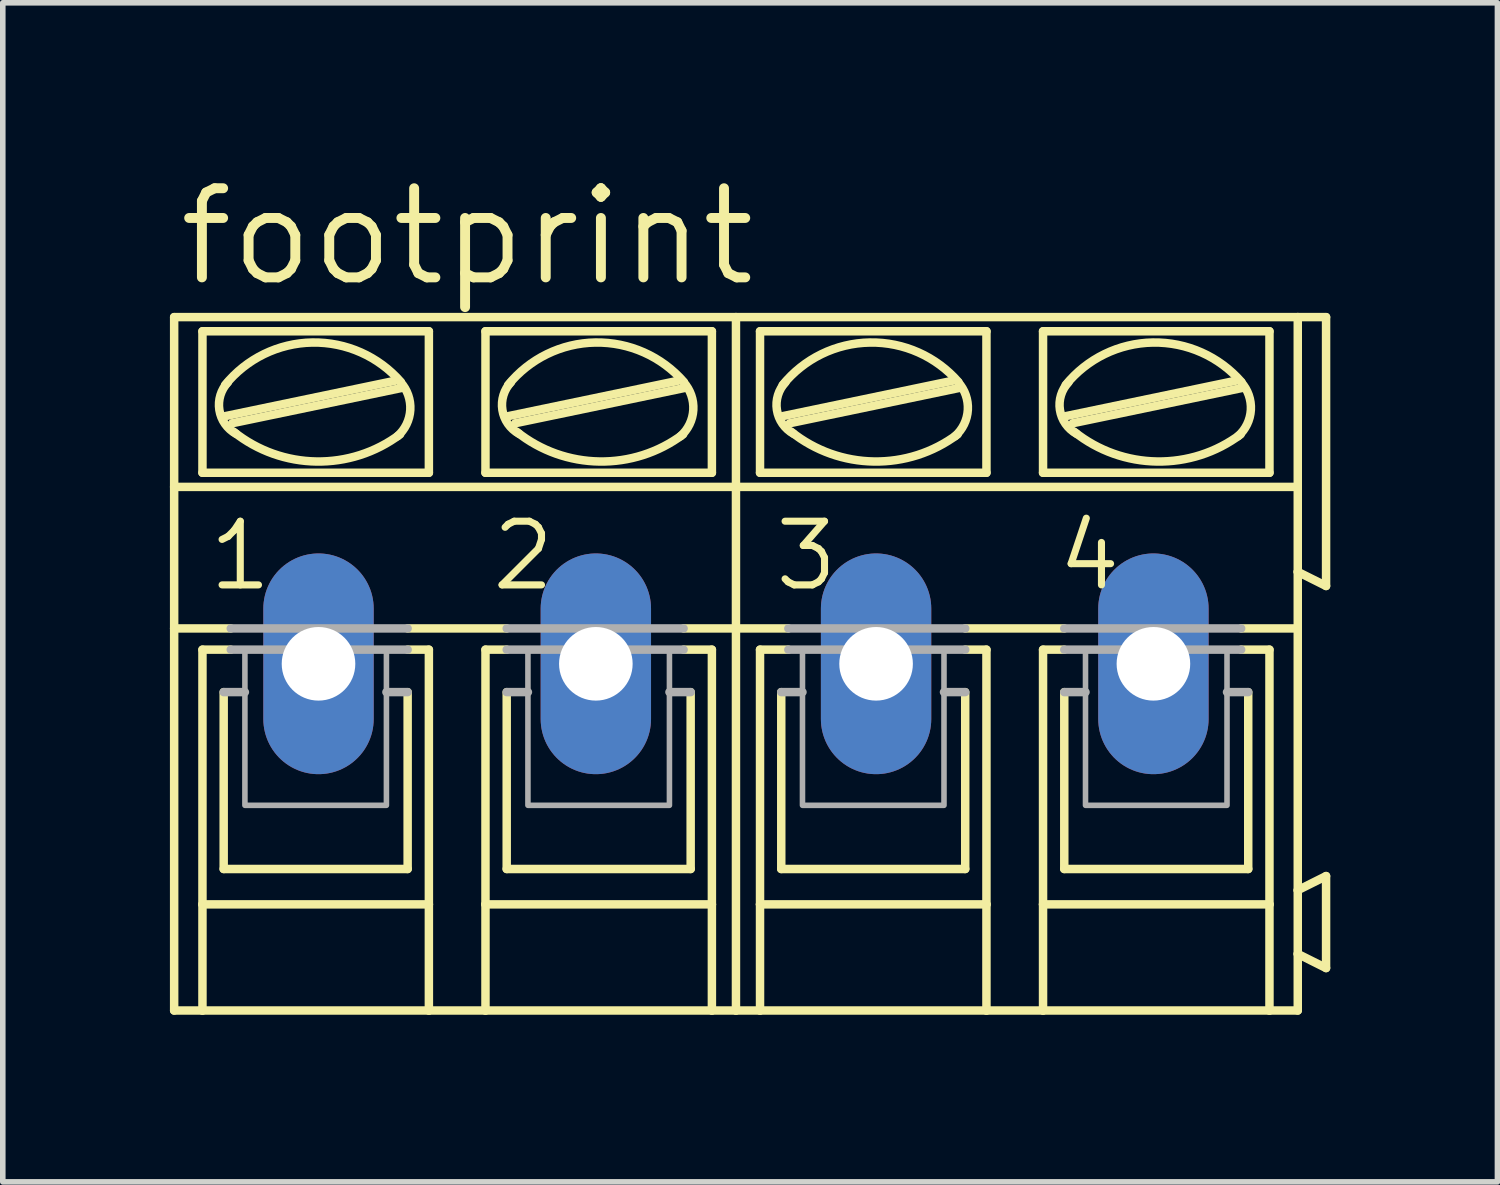
<source format=kicad_pcb>
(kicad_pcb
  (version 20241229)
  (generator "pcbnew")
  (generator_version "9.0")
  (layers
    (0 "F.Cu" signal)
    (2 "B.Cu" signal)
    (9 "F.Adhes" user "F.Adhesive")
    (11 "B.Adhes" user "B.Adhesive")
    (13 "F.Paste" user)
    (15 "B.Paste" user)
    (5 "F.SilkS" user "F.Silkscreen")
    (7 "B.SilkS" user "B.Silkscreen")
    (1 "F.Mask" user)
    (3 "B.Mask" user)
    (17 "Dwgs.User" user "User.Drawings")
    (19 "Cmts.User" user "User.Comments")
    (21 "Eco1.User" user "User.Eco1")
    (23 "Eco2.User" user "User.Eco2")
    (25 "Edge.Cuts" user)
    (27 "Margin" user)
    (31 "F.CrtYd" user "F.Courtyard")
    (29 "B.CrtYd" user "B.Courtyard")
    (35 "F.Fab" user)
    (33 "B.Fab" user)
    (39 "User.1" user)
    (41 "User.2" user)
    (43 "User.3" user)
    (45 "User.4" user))
  (footprint "footprint"
    (layer "F.Cu")
    (at 10.16 8.865)
    (property "Reference" "footprint" (at -10.084 -6.731 0) (layer "F.SilkS") (effects (font (size 1.6 1.6) (thickness 0.178)) (justify left bottom)))
    (fp_line (start -10.084 -6.223) (end 0 -6.223) (stroke (width 0.152) (type solid)) (layer "F.SilkS"))
    (fp_line (start -10.084 -3.175) (end -10.084 -6.223) (stroke (width 0.152) (type solid)) (layer "F.SilkS"))
    (fp_line (start -10.084 -3.175) (end 0 -3.175) (stroke (width 0.152) (type solid)) (layer "F.SilkS"))
    (fp_line (start -10.084 -0.635) (end -10.084 -3.175) (stroke (width 0.152) (type solid)) (layer "F.SilkS"))
    (fp_line (start -10.084 -0.635) (end -9.068 -0.635) (stroke (width 0.152) (type solid)) (layer "F.SilkS"))
    (fp_line (start -10.084 6.223) (end -10.084 -0.635) (stroke (width 0.152) (type solid)) (layer "F.SilkS"))
    (fp_line (start -10.084 6.223) (end -9.576 6.223) (stroke (width 0.152) (type solid)) (layer "F.SilkS"))
    (fp_line (start -9.576 -3.429) (end -9.576 -5.969) (stroke (width 0.152) (type solid)) (layer "F.SilkS"))
    (fp_line (start -9.576 -0.254) (end -9.576 4.318) (stroke (width 0.152) (type solid)) (layer "F.SilkS"))
    (fp_line (start -9.576 -0.254) (end -9.068 -0.254) (stroke (width 0.152) (type solid)) (layer "F.SilkS"))
    (fp_line (start -9.576 4.318) (end -9.576 6.223) (stroke (width 0.152) (type solid)) (layer "F.SilkS"))
    (fp_line (start -9.576 6.223) (end -5.512 6.223) (stroke (width 0.152) (type solid)) (layer "F.SilkS"))
    (fp_line (start -9.195 3.683) (end -9.195 0.508) (stroke (width 0.152) (type solid)) (layer "F.SilkS"))
    (fp_line (start -9.169 -4.445) (end -6.121 -5.08) (stroke (width 0.152) (type solid)) (layer "F.SilkS"))
    (fp_line (start -9.042 -4.318) (end -5.994 -4.953) (stroke (width 0.152) (type solid)) (layer "F.SilkS"))
    (fp_line (start -5.893 -0.635) (end -4.115 -0.635) (stroke (width 0.152) (type solid)) (layer "F.SilkS"))
    (fp_line (start -5.893 3.683) (end -9.195 3.683) (stroke (width 0.152) (type solid)) (layer "F.SilkS"))
    (fp_line (start -5.893 3.683) (end -5.893 0.508) (stroke (width 0.152) (type solid)) (layer "F.SilkS"))
    (fp_line (start -5.512 -5.969) (end -9.576 -5.969) (stroke (width 0.152) (type solid)) (layer "F.SilkS"))
    (fp_line (start -5.512 -3.429) (end -9.576 -3.429) (stroke (width 0.152) (type solid)) (layer "F.SilkS"))
    (fp_line (start -5.512 -3.429) (end -5.512 -5.969) (stroke (width 0.152) (type solid)) (layer "F.SilkS"))
    (fp_line (start -5.512 -0.254) (end -5.893 -0.254) (stroke (width 0.152) (type solid)) (layer "F.SilkS"))
    (fp_line (start -5.512 4.318) (end -9.576 4.318) (stroke (width 0.152) (type solid)) (layer "F.SilkS"))
    (fp_line (start -5.512 4.318) (end -5.512 -0.254) (stroke (width 0.152) (type solid)) (layer "F.SilkS"))
    (fp_line (start -5.512 6.223) (end -5.512 4.318) (stroke (width 0.152) (type solid)) (layer "F.SilkS"))
    (fp_line (start -5.512 6.223) (end -4.496 6.223) (stroke (width 0.152) (type solid)) (layer "F.SilkS"))
    (fp_line (start -4.496 -5.969) (end -0.432 -5.969) (stroke (width 0.152) (type solid)) (layer "F.SilkS"))
    (fp_line (start -4.496 -3.429) (end -4.496 -5.969) (stroke (width 0.152) (type solid)) (layer "F.SilkS"))
    (fp_line (start -4.496 -0.254) (end -4.115 -0.254) (stroke (width 0.152) (type solid)) (layer "F.SilkS"))
    (fp_line (start -4.496 4.318) (end -4.496 -0.254) (stroke (width 0.152) (type solid)) (layer "F.SilkS"))
    (fp_line (start -4.496 4.318) (end -0.432 4.318) (stroke (width 0.152) (type solid)) (layer "F.SilkS"))
    (fp_line (start -4.496 6.223) (end -4.496 4.318) (stroke (width 0.152) (type solid)) (layer "F.SilkS"))
    (fp_line (start -4.496 6.223) (end -0.432 6.223) (stroke (width 0.152) (type solid)) (layer "F.SilkS"))
    (fp_line (start -4.115 3.683) (end -4.115 0.508) (stroke (width 0.152) (type solid)) (layer "F.SilkS"))
    (fp_line (start -4.089 -4.445) (end -1.041 -5.08) (stroke (width 0.152) (type solid)) (layer "F.SilkS"))
    (fp_line (start -3.962 -4.318) (end -0.914 -4.953) (stroke (width 0.152) (type solid)) (layer "F.SilkS"))
    (fp_line (start -0.813 3.683) (end -4.115 3.683) (stroke (width 0.152) (type solid)) (layer "F.SilkS"))
    (fp_line (start -0.813 3.683) (end -0.813 0.508) (stroke (width 0.152) (type solid)) (layer "F.SilkS"))
    (fp_line (start -0.432 -5.969) (end -0.432 -3.429) (stroke (width 0.152) (type solid)) (layer "F.SilkS"))
    (fp_line (start -0.432 -3.429) (end -4.496 -3.429) (stroke (width 0.152) (type solid)) (layer "F.SilkS"))
    (fp_line (start -0.432 -0.254) (end -0.94 -0.254) (stroke (width 0.152) (type solid)) (layer "F.SilkS"))
    (fp_line (start -0.432 -0.254) (end -0.432 4.318) (stroke (width 0.152) (type solid)) (layer "F.SilkS"))
    (fp_line (start -0.432 4.318) (end -0.432 6.223) (stroke (width 0.152) (type solid)) (layer "F.SilkS"))
    (fp_line (start -0.432 6.223) (end 0 6.223) (stroke (width 0.152) (type solid)) (layer "F.SilkS"))
    (fp_line (start 0 -3.175) (end 0 -6.223) (stroke (width 0.152) (type solid)) (layer "F.SilkS"))
    (fp_line (start 0 -3.175) (end 10.084 -3.175) (stroke (width 0.152) (type solid)) (layer "F.SilkS"))
    (fp_line (start 0 -0.635) (end -0.94 -0.635) (stroke (width 0.152) (type solid)) (layer "F.SilkS"))
    (fp_line (start 0 -0.635) (end 0 -3.175) (stroke (width 0.152) (type solid)) (layer "F.SilkS"))
    (fp_line (start 0 -0.635) (end 0.94 -0.635) (stroke (width 0.152) (type solid)) (layer "F.SilkS"))
    (fp_line (start 0 6.223) (end 0 -0.635) (stroke (width 0.152) (type solid)) (layer "F.SilkS"))
    (fp_line (start 0 6.223) (end 0.432 6.223) (stroke (width 0.152) (type solid)) (layer "F.SilkS"))
    (fp_line (start 0.432 -3.429) (end 0.432 -5.969) (stroke (width 0.152) (type solid)) (layer "F.SilkS"))
    (fp_line (start 0.432 -0.254) (end 0.432 4.318) (stroke (width 0.152) (type solid)) (layer "F.SilkS"))
    (fp_line (start 0.432 -0.254) (end 0.94 -0.254) (stroke (width 0.152) (type solid)) (layer "F.SilkS"))
    (fp_line (start 0.432 4.318) (end 0.432 6.223) (stroke (width 0.152) (type solid)) (layer "F.SilkS"))
    (fp_line (start 0.432 6.223) (end 4.496 6.223) (stroke (width 0.152) (type solid)) (layer "F.SilkS"))
    (fp_line (start 0.813 3.683) (end 0.813 0.508) (stroke (width 0.152) (type solid)) (layer "F.SilkS"))
    (fp_line (start 0.838 -4.445) (end 3.886 -5.08) (stroke (width 0.152) (type solid)) (layer "F.SilkS"))
    (fp_line (start 0.965 -4.318) (end 4.013 -4.953) (stroke (width 0.152) (type solid)) (layer "F.SilkS"))
    (fp_line (start 4.115 -0.635) (end 5.893 -0.635) (stroke (width 0.152) (type solid)) (layer "F.SilkS"))
    (fp_line (start 4.115 3.683) (end 0.813 3.683) (stroke (width 0.152) (type solid)) (layer "F.SilkS"))
    (fp_line (start 4.115 3.683) (end 4.115 0.508) (stroke (width 0.152) (type solid)) (layer "F.SilkS"))
    (fp_line (start 4.496 -5.969) (end 0.432 -5.969) (stroke (width 0.152) (type solid)) (layer "F.SilkS"))
    (fp_line (start 4.496 -3.429) (end 0.432 -3.429) (stroke (width 0.152) (type solid)) (layer "F.SilkS"))
    (fp_line (start 4.496 -3.429) (end 4.496 -5.969) (stroke (width 0.152) (type solid)) (layer "F.SilkS"))
    (fp_line (start 4.496 -0.254) (end 4.115 -0.254) (stroke (width 0.152) (type solid)) (layer "F.SilkS"))
    (fp_line (start 4.496 4.318) (end 0.432 4.318) (stroke (width 0.152) (type solid)) (layer "F.SilkS"))
    (fp_line (start 4.496 4.318) (end 4.496 -0.254) (stroke (width 0.152) (type solid)) (layer "F.SilkS"))
    (fp_line (start 4.496 6.223) (end 4.496 4.318) (stroke (width 0.152) (type solid)) (layer "F.SilkS"))
    (fp_line (start 4.496 6.223) (end 5.512 6.223) (stroke (width 0.152) (type solid)) (layer "F.SilkS"))
    (fp_line (start 5.512 -5.969) (end 9.576 -5.969) (stroke (width 0.152) (type solid)) (layer "F.SilkS"))
    (fp_line (start 5.512 -3.429) (end 5.512 -5.969) (stroke (width 0.152) (type solid)) (layer "F.SilkS"))
    (fp_line (start 5.512 -0.254) (end 5.893 -0.254) (stroke (width 0.152) (type solid)) (layer "F.SilkS"))
    (fp_line (start 5.512 4.318) (end 5.512 -0.254) (stroke (width 0.152) (type solid)) (layer "F.SilkS"))
    (fp_line (start 5.512 4.318) (end 9.576 4.318) (stroke (width 0.152) (type solid)) (layer "F.SilkS"))
    (fp_line (start 5.512 6.223) (end 5.512 4.318) (stroke (width 0.152) (type solid)) (layer "F.SilkS"))
    (fp_line (start 5.512 6.223) (end 9.576 6.223) (stroke (width 0.152) (type solid)) (layer "F.SilkS"))
    (fp_line (start 5.893 3.683) (end 5.893 0.508) (stroke (width 0.152) (type solid)) (layer "F.SilkS"))
    (fp_line (start 5.918 -4.445) (end 8.966 -5.08) (stroke (width 0.152) (type solid)) (layer "F.SilkS"))
    (fp_line (start 6.045 -4.318) (end 9.093 -4.953) (stroke (width 0.152) (type solid)) (layer "F.SilkS"))
    (fp_line (start 9.195 3.683) (end 5.893 3.683) (stroke (width 0.152) (type solid)) (layer "F.SilkS"))
    (fp_line (start 9.195 3.683) (end 9.195 0.508) (stroke (width 0.152) (type solid)) (layer "F.SilkS"))
    (fp_line (start 9.576 -5.969) (end 9.576 -3.429) (stroke (width 0.152) (type solid)) (layer "F.SilkS"))
    (fp_line (start 9.576 -3.429) (end 5.512 -3.429) (stroke (width 0.152) (type solid)) (layer "F.SilkS"))
    (fp_line (start 9.576 -0.254) (end 9.068 -0.254) (stroke (width 0.152) (type solid)) (layer "F.SilkS"))
    (fp_line (start 9.576 -0.254) (end 9.576 4.318) (stroke (width 0.152) (type solid)) (layer "F.SilkS"))
    (fp_line (start 9.576 4.318) (end 9.576 6.223) (stroke (width 0.152) (type solid)) (layer "F.SilkS"))
    (fp_line (start 9.576 6.223) (end 10.084 6.223) (stroke (width 0.152) (type solid)) (layer "F.SilkS"))
    (fp_line (start 10.084 -6.223) (end 0 -6.223) (stroke (width 0.152) (type solid)) (layer "F.SilkS"))
    (fp_line (start 10.084 -6.223) (end 10.084 -3.175) (stroke (width 0.152) (type solid)) (layer "F.SilkS"))
    (fp_line (start 10.084 -6.223) (end 10.592 -6.223) (stroke (width 0.152) (type solid)) (layer "F.SilkS"))
    (fp_line (start 10.084 -3.175) (end 10.084 -1.651) (stroke (width 0.152) (type solid)) (layer "F.SilkS"))
    (fp_line (start 10.084 -1.651) (end 10.084 -0.635) (stroke (width 0.152) (type solid)) (layer "F.SilkS"))
    (fp_line (start 10.084 -0.635) (end 9.068 -0.635) (stroke (width 0.152) (type solid)) (layer "F.SilkS"))
    (fp_line (start 10.084 -0.635) (end 10.084 4.064) (stroke (width 0.152) (type solid)) (layer "F.SilkS"))
    (fp_line (start 10.084 4.064) (end 10.084 5.207) (stroke (width 0.152) (type solid)) (layer "F.SilkS"))
    (fp_line (start 10.084 5.207) (end 10.084 6.223) (stroke (width 0.152) (type solid)) (layer "F.SilkS"))
    (fp_line (start 10.592 -6.223) (end 10.592 -1.397) (stroke (width 0.152) (type solid)) (layer "F.SilkS"))
    (fp_line (start 10.592 -1.397) (end 10.084 -1.651) (stroke (width 0.152) (type solid)) (layer "F.SilkS"))
    (fp_line (start 10.592 3.81) (end 10.084 4.064) (stroke (width 0.152) (type solid)) (layer "F.SilkS"))
    (fp_line (start 10.592 3.81) (end 10.592 5.461) (stroke (width 0.152) (type solid)) (layer "F.SilkS"))
    (fp_line (start 10.592 5.461) (end 10.084 5.207) (stroke (width 0.152) (type solid)) (layer "F.SilkS"))
    (fp_arc (start -9.1694 -5.0038) (mid -7.605026 -5.76695) (end -6.014999 -5.058801) (stroke (width 0.1524) (type solid)) (layer "F.SilkS"))
    (fp_arc (start -8.974901 -4.129699) (mid -9.272825 -4.557025) (end -9.1186 -5.0546) (stroke (width 0.1524) (type solid)) (layer "F.SilkS"))
    (fp_arc (start -6.029201 -4.118799) (mid -7.531104 -3.631242) (end -9.017 -4.1656) (stroke (width 0.1524) (type solid)) (layer "F.SilkS"))
    (fp_arc (start -6.019899 -5.054499) (mid -5.845539 -4.558083) (end -6.0756 -4.0849) (stroke (width 0.1524) (type solid)) (layer "F.SilkS"))
    (fp_arc (start -4.0894 -5.0038) (mid -2.525026 -5.76695) (end -0.934999 -5.058801) (stroke (width 0.1524) (type solid)) (layer "F.SilkS"))
    (fp_arc (start -3.894901 -4.129699) (mid -4.192825 -4.557025) (end -4.0386 -5.0546) (stroke (width 0.1524) (type solid)) (layer "F.SilkS"))
    (fp_arc (start -0.949201 -4.118799) (mid -2.451104 -3.631242) (end -3.937 -4.1656) (stroke (width 0.1524) (type solid)) (layer "F.SilkS"))
    (fp_arc (start -0.939899 -5.054499) (mid -0.765539 -4.558083) (end -0.9956 -4.0849) (stroke (width 0.1524) (type solid)) (layer "F.SilkS"))
    (fp_arc (start 0.8382 -5.0038) (mid 2.40252 -5.766807) (end 3.9924 -5.058598) (stroke (width 0.1524) (type solid)) (layer "F.SilkS"))
    (fp_arc (start 1.032698 -4.1297) (mid 0.734775 -4.557026) (end 0.889 -5.0546) (stroke (width 0.1524) (type solid)) (layer "F.SilkS"))
    (fp_arc (start 3.9784 -4.118901) (mid 2.476514 -3.631283) (end 0.9906 -4.1656) (stroke (width 0.1524) (type solid)) (layer "F.SilkS"))
    (fp_arc (start 3.9877 -5.0545) (mid 4.16206 -4.558084) (end 3.932 -4.0849) (stroke (width 0.1524) (type solid)) (layer "F.SilkS"))
    (fp_arc (start 5.9182 -5.0038) (mid 7.48252 -5.766807) (end 9.0724 -5.058598) (stroke (width 0.1524) (type solid)) (layer "F.SilkS"))
    (fp_arc (start 6.112698 -4.1297) (mid 5.814775 -4.557026) (end 5.969 -5.0546) (stroke (width 0.1524) (type solid)) (layer "F.SilkS"))
    (fp_arc (start 9.0584 -4.118901) (mid 7.556514 -3.631283) (end 6.0706 -4.1656) (stroke (width 0.1524) (type solid)) (layer "F.SilkS"))
    (fp_arc (start 9.0677 -5.0545) (mid 9.24206 -4.558084) (end 9.012 -4.0849) (stroke (width 0.1524) (type solid)) (layer "F.SilkS"))
    (fp_line (start -9.195 0.508) (end -8.814 0.508) (stroke (width 0.152) (type solid)) (layer "F.Fab"))
    (fp_line (start -9.068 -0.635) (end -5.893 -0.635) (stroke (width 0.152) (type solid)) (layer "F.Fab"))
    (fp_line (start -5.893 -0.254) (end -9.068 -0.254) (stroke (width 0.152) (type solid)) (layer "F.Fab"))
    (fp_line (start -5.893 0.508) (end -6.274 0.508) (stroke (width 0.152) (type solid)) (layer "F.Fab"))
    (fp_line (start -4.115 -0.254) (end -0.94 -0.254) (stroke (width 0.152) (type solid)) (layer "F.Fab"))
    (fp_line (start -4.115 0.508) (end -3.734 0.508) (stroke (width 0.152) (type solid)) (layer "F.Fab"))
    (fp_line (start -0.94 -0.635) (end -4.115 -0.635) (stroke (width 0.152) (type solid)) (layer "F.Fab"))
    (fp_line (start -0.813 0.508) (end -1.194 0.508) (stroke (width 0.152) (type solid)) (layer "F.Fab"))
    (fp_line (start 0.813 0.508) (end 1.194 0.508) (stroke (width 0.152) (type solid)) (layer "F.Fab"))
    (fp_line (start 0.94 -0.635) (end 4.115 -0.635) (stroke (width 0.152) (type solid)) (layer "F.Fab"))
    (fp_line (start 4.115 -0.254) (end 0.94 -0.254) (stroke (width 0.152) (type solid)) (layer "F.Fab"))
    (fp_line (start 4.115 0.508) (end 3.734 0.508) (stroke (width 0.152) (type solid)) (layer "F.Fab"))
    (fp_line (start 5.893 -0.254) (end 9.068 -0.254) (stroke (width 0.152) (type solid)) (layer "F.Fab"))
    (fp_line (start 5.893 0.508) (end 6.274 0.508) (stroke (width 0.152) (type solid)) (layer "F.Fab"))
    (fp_line (start 9.068 -0.635) (end 5.893 -0.635) (stroke (width 0.152) (type solid)) (layer "F.Fab"))
    (fp_line (start 9.195 0.508) (end 8.814 0.508) (stroke (width 0.152) (type solid)) (layer "F.Fab"))
    (fp_poly (pts (xy -8.814 2.54) (xy -6.274 2.54) (xy -6.274 -0.254) (xy -8.814 -0.254)) (stroke (width 0.1) (type solid)) (fill no) (layer "F.Fab"))
    (fp_poly (pts (xy -3.734 2.54) (xy -1.194 2.54) (xy -1.194 -0.254) (xy -3.734 -0.254)) (stroke (width 0.1) (type solid)) (fill no) (layer "F.Fab"))
    (fp_poly (pts (xy 1.194 2.54) (xy 3.734 2.54) (xy 3.734 -0.254) (xy 1.194 -0.254)) (stroke (width 0.1) (type solid)) (fill no) (layer "F.Fab"))
    (fp_poly (pts (xy 6.274 2.54) (xy 8.814 2.54) (xy 8.814 -0.254) (xy 6.274 -0.254)) (stroke (width 0.1) (type solid)) (fill no) (layer "F.Fab"))
    (fp_text user "1" (at -9.525 -1.27 0) (layer "F.SilkS") (effects (font (size 1.143 1.143) (thickness 0.127)) (justify left bottom)))
    (fp_text user "2" (at -4.445 -1.27 0) (layer "F.SilkS") (effects (font (size 1.143 1.143) (thickness 0.127)) (justify left bottom)))
    (fp_text user "4" (at 5.715 -1.27 0) (layer "F.SilkS") (effects (font (size 1.143 1.143) (thickness 0.127)) (justify left bottom)))
    (fp_text user "3" (at 0.635 -1.27 0) (layer "F.SilkS") (effects (font (size 1.143 1.143) (thickness 0.127)) (justify left bottom)))
    (pad "1" thru_hole oval (at -7.493 0 90) (size 3.962 1.981) (drill 1.321) (layers "*.Cu" "*.Mask"))
    (pad "2" thru_hole oval (at -2.515 0 90) (size 3.962 1.981) (drill 1.321) (layers "*.Cu" "*.Mask"))
    (pad "3" thru_hole oval (at 2.515 0 90) (size 3.962 1.981) (drill 1.321) (layers "*.Cu" "*.Mask"))
    (pad "4" thru_hole oval (at 7.493 0 90) (size 3.962 1.981) (drill 1.321) (layers "*.Cu" "*.Mask")))
  (gr_rect
    (start -3 -3)
    (end 23.828 18.164)
    (stroke (width 0.1) (type default))
    (fill no)
    (layer "Edge.Cuts")))
</source>
